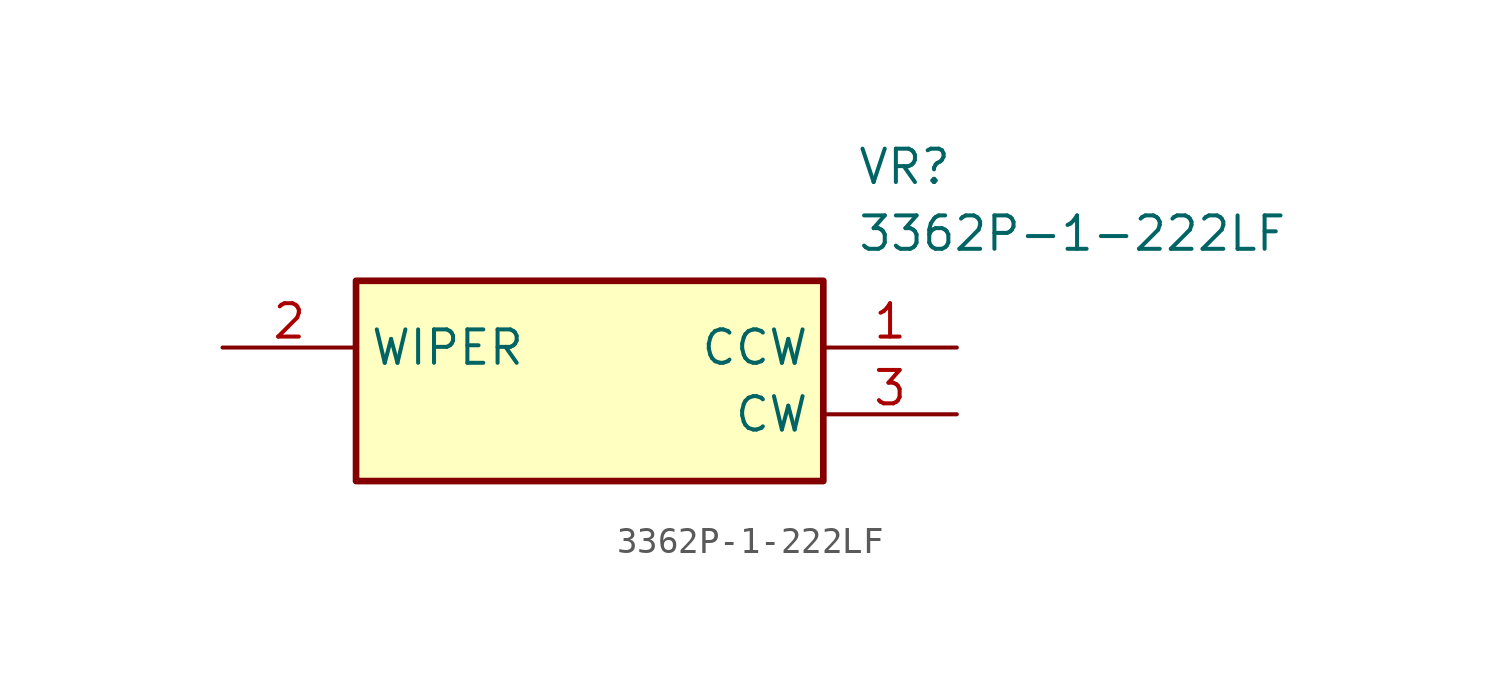
<source format=kicad_sym>
(kicad_symbol_lib
  (version 20211014)
  (generator SamacSys_ECAD_Model)
  (symbol "3362P-1-222LF"
    (property "Reference" "VR"
      (at 24.13 7.62 0)
      (effects (font (size 1.27 1.27)) (justify left top)))
    (property "Value" "3362P-1-222LF"
      (at 24.13 5.08 0)
      (effects (font (size 1.27 1.27)) (justify left top)))
    (rectangle
      (start 5.08 2.54)
      (end 22.86 -5.08)
      (stroke (width 0.254) (type default))
      (fill (type background)))
    (pin passive line
      (at 27.94 0 180)
      (length 5.08)
      (name "CCW" (effects (font (size 1.27 1.27))))
      (number "1" (effects (font (size 1.27 1.27)))))
    (pin passive line
      (at 0 0 0)
      (length 5.08)
      (name "WIPER" (effects (font (size 1.27 1.27))))
      (number "2" (effects (font (size 1.27 1.27)))))
    (pin passive line
      (at 27.94 -2.54 180)
      (length 5.08)
      (name "CW" (effects (font (size 1.27 1.27))))
      (number "3" (effects (font (size 1.27 1.27)))))))
</source>
